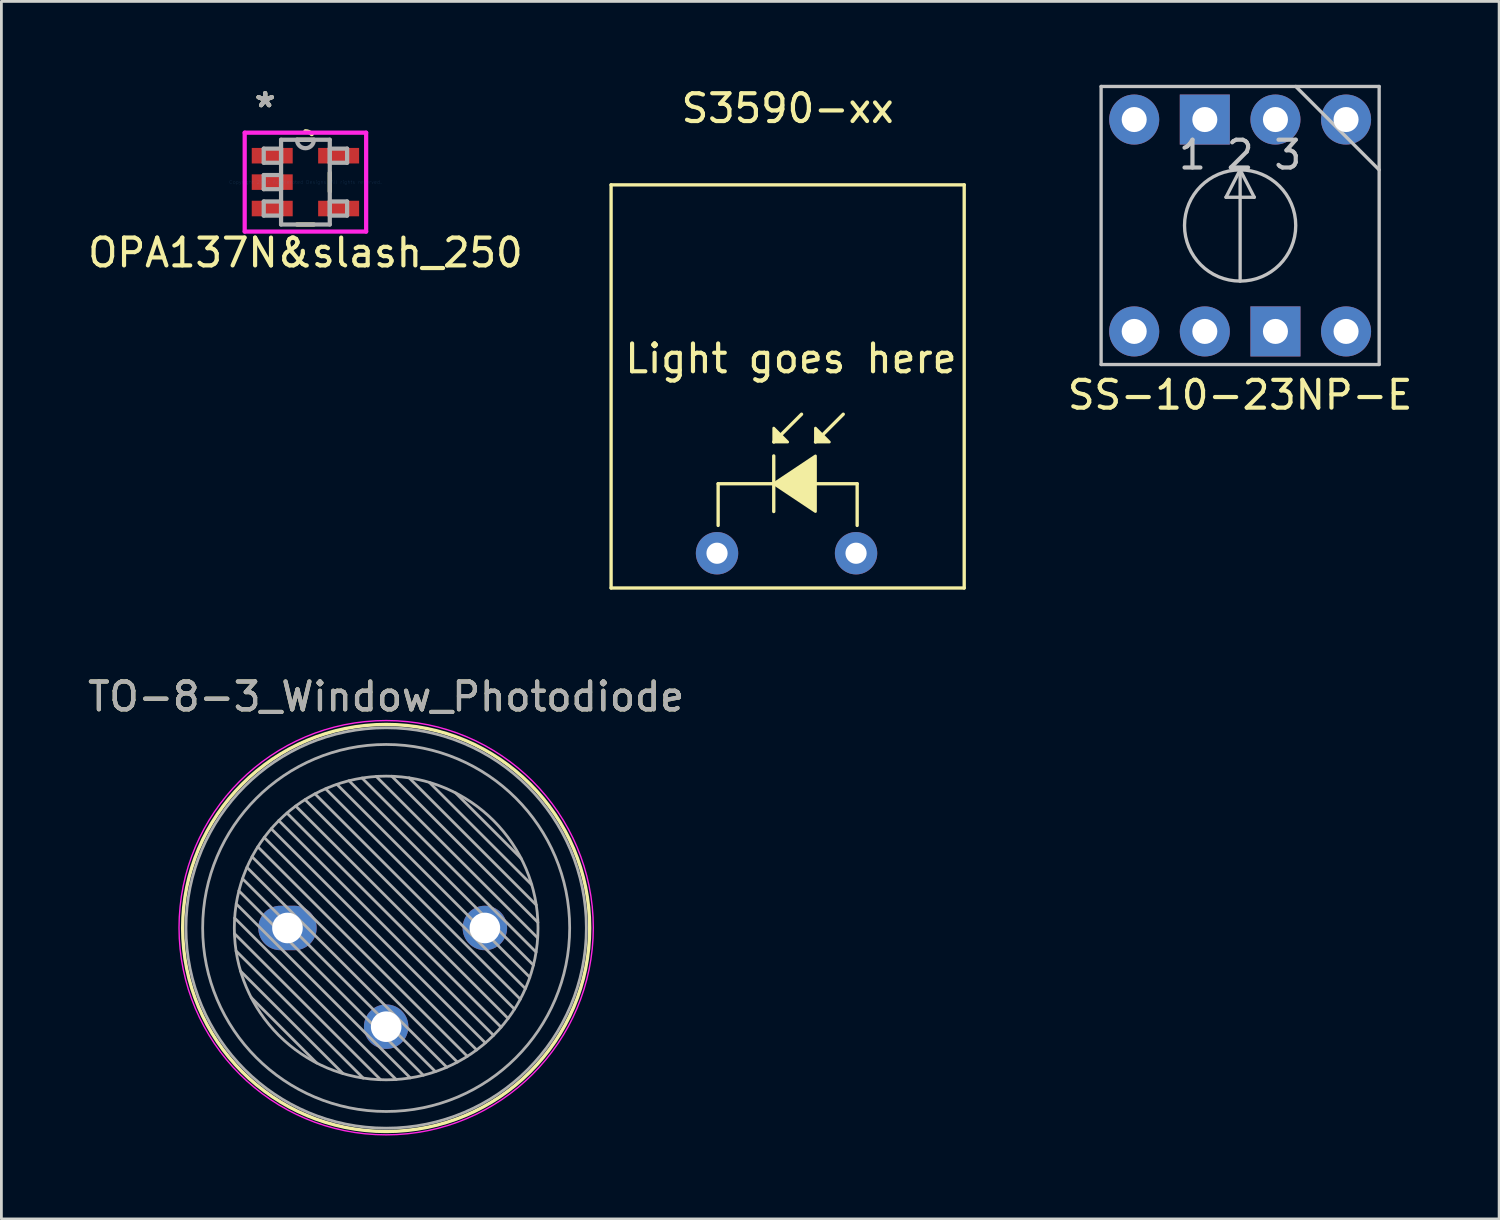
<source format=kicad_pcb>
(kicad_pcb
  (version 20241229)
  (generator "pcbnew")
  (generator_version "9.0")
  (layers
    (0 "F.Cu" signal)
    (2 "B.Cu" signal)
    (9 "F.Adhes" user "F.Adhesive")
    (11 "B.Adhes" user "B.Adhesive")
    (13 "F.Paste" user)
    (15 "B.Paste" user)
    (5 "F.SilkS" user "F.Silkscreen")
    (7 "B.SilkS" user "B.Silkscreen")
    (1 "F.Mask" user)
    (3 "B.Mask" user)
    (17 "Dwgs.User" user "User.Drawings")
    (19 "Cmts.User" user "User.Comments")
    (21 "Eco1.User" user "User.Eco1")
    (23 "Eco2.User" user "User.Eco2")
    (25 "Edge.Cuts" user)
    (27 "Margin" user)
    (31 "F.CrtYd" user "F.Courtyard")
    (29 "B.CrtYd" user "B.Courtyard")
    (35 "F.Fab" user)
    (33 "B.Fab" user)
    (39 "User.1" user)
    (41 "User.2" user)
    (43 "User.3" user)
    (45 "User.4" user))
  (footprint "SS-10-23NP-E"
    (layer "F.Cu")
    (at 41.553 5.06)
    (property "Reference" "SS-10-23NP-E" (at 0 6.096 180) (layer "F.SilkS") (effects (font (size 1 1) (thickness 0.15))))
    (attr through_hole)
    (fp_line (start -5 -5) (end 5 -5) (stroke (width 0.12) (type solid)) (layer "Dwgs.User"))
    (fp_line (start -5 5) (end -5 -5) (stroke (width 0.12) (type solid)) (layer "Dwgs.User"))
    (fp_line (start -5 5) (end 5 5) (stroke (width 0.12) (type solid)) (layer "Dwgs.User"))
    (fp_line (start -0.508 -1.016) (end 0.508 -1.016) (stroke (width 0.12) (type solid)) (layer "Dwgs.User"))
    (fp_line (start 0 -2) (end -0.508 -1.016) (stroke (width 0.12) (type solid)) (layer "Dwgs.User"))
    (fp_line (start 0 2) (end 0 -2) (stroke (width 0.12) (type solid)) (layer "Dwgs.User"))
    (fp_line (start 0.508 -1.016) (end 0 -2) (stroke (width 0.12) (type solid)) (layer "Dwgs.User"))
    (fp_line (start 5 -2) (end 2 -5) (stroke (width 0.12) (type solid)) (layer "Dwgs.User"))
    (fp_line (start 5 5) (end 5 -5) (stroke (width 0.12) (type solid)) (layer "Dwgs.User"))
    (fp_circle (center 0 0) (end -2 0) (stroke (width 0.12) (type solid)) (fill no) (layer "Dwgs.User"))
    (fp_text user "1 2 3" (at 0 -2.54 180) (layer "Dwgs.User") (effects (font (size 1 1) (thickness 0.15))))
    (pad "1" thru_hole trapezoid (at -1.27 -3.81 180) (size 1.8 1.8) (drill 0.9) (layers "*.Cu" "*.Mask"))
    (pad "2" thru_hole circle (at -3.81 -3.81 180) (size 1.8 1.8) (drill 0.9) (layers "*.Cu" "*.Mask"))
    (pad "3" thru_hole circle (at 1.27 -3.81 180) (size 1.8 1.8) (drill 0.9) (layers "*.Cu" "*.Mask"))
    (pad "4" thru_hole circle (at 3.81 -3.81 180) (size 1.8 1.8) (drill 0.9) (layers "*.Cu" "*.Mask"))
    (pad "5" thru_hole trapezoid (at 1.27 3.81 180) (size 1.8 1.8) (drill 0.9) (layers "*.Cu" "*.Mask"))
    (pad "6" thru_hole circle (at 3.81 3.81 180) (size 1.8 1.8) (drill 0.9) (layers "*.Cu" "*.Mask"))
    (pad "7" thru_hole circle (at -1.27 3.81 180) (size 1.8 1.8) (drill 0.9) (layers "*.Cu" "*.Mask"))
    (pad "8" thru_hole circle (at -3.81 3.81 180) (size 1.8 1.8) (drill 0.9) (layers "*.Cu" "*.Mask")))
  (footprint "S3590-xx"
    (layer "F.Cu")
    (at 25.279 16.848)
    (property "Reference" "S3590-xx" (at 0 -16 0) (layer "F.SilkS") (effects (font (size 1 1) (thickness 0.15))))
    (attr through_hole)
    (fp_line (start -6.35 -13.25) (end -6.35 1.25) (stroke (width 0.12) (type solid)) (layer "F.SilkS"))
    (fp_line (start -6.35 -13.25) (end 6.35 -13.25) (stroke (width 0.12) (type solid)) (layer "F.SilkS"))
    (fp_line (start -6.35 1.25) (end 6.35 1.25) (stroke (width 0.12) (type solid)) (layer "F.SilkS"))
    (fp_line (start -2.5 -2.5) (end -2.5 -1) (stroke (width 0.12) (type solid)) (layer "F.SilkS"))
    (fp_line (start -0.5 -4) (end 0.5 -5) (stroke (width 0.12) (type solid)) (layer "F.SilkS"))
    (fp_line (start -0.5 -1.5) (end -0.5 -3.5) (stroke (width 0.12) (type solid)) (layer "F.SilkS"))
    (fp_line (start 1 -4) (end 2 -5) (stroke (width 0.12) (type solid)) (layer "F.SilkS"))
    (fp_line (start 2.5 -2.5) (end -2.5 -2.5) (stroke (width 0.12) (type solid)) (layer "F.SilkS"))
    (fp_line (start 2.5 -2.5) (end 2.5 -1) (stroke (width 0.12) (type solid)) (layer "F.SilkS"))
    (fp_line (start 6.35 -13.25) (end 6.35 1.25) (stroke (width 0.12) (type solid)) (layer "F.SilkS"))
    (fp_poly (pts (xy -0.5 -2.5) (xy 1 -1.5) (xy 1 -3.5)) (stroke (width 0.1) (type solid)) (fill yes) (layer "F.SilkS"))
    (fp_poly (pts (xy 0 -4) (xy -0.5 -4) (xy -0.5 -4.5)) (stroke (width 0.1) (type solid)) (fill yes) (layer "F.SilkS"))
    (fp_poly (pts (xy 1.5 -4) (xy 1 -4) (xy 1 -4.5)) (stroke (width 0.1) (type solid)) (fill yes) (layer "F.SilkS"))
    (fp_text user "Light goes here " (at 0.5 -7 0) (layer "F.SilkS") (effects (font (size 1 1) (thickness 0.15))))
    (pad "1" thru_hole circle (at -2.54 0) (size 1.524 1.524) (drill 0.762) (layers "*.Cu" "*.Mask"))
    (pad "2" thru_hole circle (at 2.46 0) (size 1.524 1.524) (drill 0.762) (layers "*.Cu" "*.Mask")))
  (footprint "OPA137N&slash_250"
    (layer "F.Cu")
    (at 7.935 3.5)
    (property "Reference" "OPA137N&slash_250" (at 0 2.54 0) (layer "F.SilkS") (effects (font (size 1 1) (thickness 0.15))))
    (attr through_hole)
    (fp_line (start -0.303 1.524) (end 0.303 1.524) (stroke (width 0.152) (type solid)) (layer "F.SilkS"))
    (fp_line (start 0.303 -1.524) (end -0.303 -1.524) (stroke (width 0.152) (type solid)) (layer "F.SilkS"))
    (fp_line (start 0.876 0.338) (end 0.876 -0.338) (stroke (width 0.152) (type solid)) (layer "F.SilkS"))
    (fp_arc (start 0 -1.8288) (mid 0.124872 -1.802047) (end 0.227823 -1.726484) (stroke (width 0.1524) (type solid)) (layer "F.SilkS"))
    (fp_line (start -2.184 -1.778) (end 2.184 -1.778) (stroke (width 0.152) (type solid)) (layer "F.CrtYd"))
    (fp_line (start -2.184 1.778) (end -2.184 -1.778) (stroke (width 0.152) (type solid)) (layer "F.CrtYd"))
    (fp_line (start 2.184 -1.778) (end 2.184 1.778) (stroke (width 0.152) (type solid)) (layer "F.CrtYd"))
    (fp_line (start 2.184 1.778) (end -2.184 1.778) (stroke (width 0.152) (type solid)) (layer "F.CrtYd"))
    (fp_line (start -1.499 -1.204) (end -1.499 -0.696) (stroke (width 0.152) (type solid)) (layer "F.Fab"))
    (fp_line (start -1.499 -0.696) (end -0.876 -0.696) (stroke (width 0.152) (type solid)) (layer "F.Fab"))
    (fp_line (start -1.499 -0.254) (end -1.499 0.254) (stroke (width 0.152) (type solid)) (layer "F.Fab"))
    (fp_line (start -1.499 0.254) (end -0.876 0.254) (stroke (width 0.152) (type solid)) (layer "F.Fab"))
    (fp_line (start -1.499 0.696) (end -1.499 1.204) (stroke (width 0.152) (type solid)) (layer "F.Fab"))
    (fp_line (start -1.499 1.204) (end -0.876 1.204) (stroke (width 0.152) (type solid)) (layer "F.Fab"))
    (fp_line (start -0.876 -1.524) (end -0.876 1.524) (stroke (width 0.152) (type solid)) (layer "F.Fab"))
    (fp_line (start -0.876 -1.204) (end -1.499 -1.204) (stroke (width 0.152) (type solid)) (layer "F.Fab"))
    (fp_line (start -0.876 -0.696) (end -0.876 -1.204) (stroke (width 0.152) (type solid)) (layer "F.Fab"))
    (fp_line (start -0.876 -0.254) (end -1.499 -0.254) (stroke (width 0.152) (type solid)) (layer "F.Fab"))
    (fp_line (start -0.876 0.254) (end -0.876 -0.254) (stroke (width 0.152) (type solid)) (layer "F.Fab"))
    (fp_line (start -0.876 0.696) (end -1.499 0.696) (stroke (width 0.152) (type solid)) (layer "F.Fab"))
    (fp_line (start -0.876 1.204) (end -0.876 0.696) (stroke (width 0.152) (type solid)) (layer "F.Fab"))
    (fp_line (start -0.876 1.524) (end 0.876 1.524) (stroke (width 0.152) (type solid)) (layer "F.Fab"))
    (fp_line (start 0.876 -1.524) (end -0.876 -1.524) (stroke (width 0.152) (type solid)) (layer "F.Fab"))
    (fp_line (start 0.876 -1.204) (end 0.876 -0.696) (stroke (width 0.152) (type solid)) (layer "F.Fab"))
    (fp_line (start 0.876 -0.696) (end 1.499 -0.696) (stroke (width 0.152) (type solid)) (layer "F.Fab"))
    (fp_line (start 0.876 0.696) (end 0.876 1.204) (stroke (width 0.152) (type solid)) (layer "F.Fab"))
    (fp_line (start 0.876 1.204) (end 1.499 1.204) (stroke (width 0.152) (type solid)) (layer "F.Fab"))
    (fp_line (start 0.876 1.524) (end 0.876 -1.524) (stroke (width 0.152) (type solid)) (layer "F.Fab"))
    (fp_line (start 1.499 -1.204) (end 0.876 -1.204) (stroke (width 0.152) (type solid)) (layer "F.Fab"))
    (fp_line (start 1.499 -0.696) (end 1.499 -1.204) (stroke (width 0.152) (type solid)) (layer "F.Fab"))
    (fp_line (start 1.499 0.696) (end 0.876 0.696) (stroke (width 0.152) (type solid)) (layer "F.Fab"))
    (fp_line (start 1.499 1.204) (end 1.499 0.696) (stroke (width 0.152) (type solid)) (layer "F.Fab"))
    (fp_arc (start 0.3048 -1.524) (mid 0 -1.2192) (end -0.3048 -1.524) (stroke (width 0.1524) (type solid)) (layer "F.Fab"))
    (fp_text user "*" (at -1.448 -2.652 0) (layer "F.SilkS") (effects (font (size 1 1) (thickness 0.15))))
    (fp_text user "*" (at -1.448 -2.652 0) (layer "F.SilkS") (effects (font (size 1 1) (thickness 0.15))))
    (fp_text user "Copyright 2016 Accelerated Designs. All rights reserved." (at 0 0 0) (layer "Cmts.User") (effects (font (size 0.127 0.127) (thickness 0.002))))
    (fp_text user "*" (at -1.448 -2.652 0) (layer "F.Fab") (effects (font (size 1 1) (thickness 0.15))))
    (fp_text user "*" (at -1.448 -2.652 0) (layer "F.Fab") (effects (font (size 1 1) (thickness 0.15))))
    (pad "1" smd rect (at -1.194 -0.95) (size 1.473 0.559) (layers "F.Cu" "F.Mask" "F.Paste"))
    (pad "2" smd rect (at -1.194 0) (size 1.473 0.559) (layers "F.Cu" "F.Mask" "F.Paste"))
    (pad "3" smd rect (at -1.194 0.95) (size 1.473 0.559) (layers "F.Cu" "F.Mask" "F.Paste"))
    (pad "4" smd rect (at 1.194 0.95) (size 1.473 0.559) (layers "F.Cu" "F.Mask" "F.Paste"))
    (pad "5" smd rect (at 1.194 -0.95) (size 1.473 0.559) (layers "F.Cu" "F.Mask" "F.Paste")))
  (footprint "TO-8-3_Window_Photodiode"
    (layer "F.Cu")
    (at 7.289 30.326)
    (property "Reference" "TO-8-3_Window_Photodiode" (at 3.55 -8.32 180) (layer "F.SilkS") (effects (font (size 1 1) (thickness 0.15))))
    (attr through_hole)
    (fp_circle (center 3.55 0) (end 10.87 0) (stroke (width 0.12) (type solid)) (fill no) (layer "F.SilkS"))
    (fp_circle (center 3.55 -0.01) (end 11 -0.01) (stroke (width 0.05) (type solid)) (fill no) (layer "F.CrtYd"))
    (fp_line (start -1.908 0.2) (end 3.35 5.458) (stroke (width 0.1) (type solid)) (layer "F.Fab"))
    (fp_line (start -1.9 -0.359) (end 3.909 5.45) (stroke (width 0.1) (type solid)) (layer "F.Fab"))
    (fp_line (start -1.849 0.825) (end 2.725 5.399) (stroke (width 0.1) (type solid)) (layer "F.Fab"))
    (fp_line (start -1.842 -0.867) (end 4.417 5.392) (stroke (width 0.1) (type solid)) (layer "F.Fab"))
    (fp_line (start -1.746 -1.336) (end 4.886 5.296) (stroke (width 0.1) (type solid)) (layer "F.Fab"))
    (fp_line (start -1.686 1.553) (end 1.997 5.236) (stroke (width 0.1) (type solid)) (layer "F.Fab"))
    (fp_line (start -1.616 -1.772) (end 5.322 5.166) (stroke (width 0.1) (type solid)) (layer "F.Fab"))
    (fp_line (start -1.458 -2.18) (end 5.73 5.008) (stroke (width 0.1) (type solid)) (layer "F.Fab"))
    (fp_line (start -1.307 2.498) (end 1.052 4.857) (stroke (width 0.1) (type solid)) (layer "F.Fab"))
    (fp_line (start -1.274 -2.561) (end 6.111 4.824) (stroke (width 0.1) (type solid)) (layer "F.Fab"))
    (fp_line (start -1.066 -2.919) (end 6.469 4.616) (stroke (width 0.1) (type solid)) (layer "F.Fab"))
    (fp_line (start -0.836 -3.255) (end 6.805 4.386) (stroke (width 0.1) (type solid)) (layer "F.Fab"))
    (fp_line (start -0.584 -3.569) (end 7.119 4.134) (stroke (width 0.1) (type solid)) (layer "F.Fab"))
    (fp_line (start -0.312 -3.862) (end 7.412 3.862) (stroke (width 0.1) (type solid)) (layer "F.Fab"))
    (fp_line (start -0.019 -4.134) (end 7.684 3.569) (stroke (width 0.1) (type solid)) (layer "F.Fab"))
    (fp_line (start 0.295 -4.386) (end 7.936 3.255) (stroke (width 0.1) (type solid)) (layer "F.Fab"))
    (fp_line (start 0.631 -4.616) (end 8.166 2.919) (stroke (width 0.1) (type solid)) (layer "F.Fab"))
    (fp_line (start 0.989 -4.824) (end 8.374 2.561) (stroke (width 0.1) (type solid)) (layer "F.Fab"))
    (fp_line (start 1.37 -5.008) (end 8.558 2.18) (stroke (width 0.1) (type solid)) (layer "F.Fab"))
    (fp_line (start 1.778 -5.166) (end 8.716 1.772) (stroke (width 0.1) (type solid)) (layer "F.Fab"))
    (fp_line (start 2.214 -5.296) (end 8.846 1.336) (stroke (width 0.1) (type solid)) (layer "F.Fab"))
    (fp_line (start 2.683 -5.392) (end 8.942 0.867) (stroke (width 0.1) (type solid)) (layer "F.Fab"))
    (fp_line (start 3.191 -5.45) (end 9 0.359) (stroke (width 0.1) (type solid)) (layer "F.Fab"))
    (fp_line (start 3.75 -5.458) (end 9.008 -0.2) (stroke (width 0.1) (type solid)) (layer "F.Fab"))
    (fp_line (start 4.375 -5.399) (end 8.949 -0.825) (stroke (width 0.1) (type solid)) (layer "F.Fab"))
    (fp_line (start 5.103 -5.236) (end 8.786 -1.553) (stroke (width 0.1) (type solid)) (layer "F.Fab"))
    (fp_line (start 6.048 -4.857) (end 8.407 -2.498) (stroke (width 0.1) (type solid)) (layer "F.Fab"))
    (fp_circle (center 3.55 0) (end 9.011 0) (stroke (width 0.1) (type solid)) (fill no) (layer "F.Fab"))
    (fp_circle (center 3.55 0) (end 10.15 0) (stroke (width 0.1) (type solid)) (fill no) (layer "F.Fab"))
    (fp_circle (center 3.55 0) (end 10.75 0) (stroke (width 0.1) (type solid)) (fill no) (layer "F.Fab"))
    (fp_text user "${REFERENCE}" (at 3.55 -8.32 180) (layer "F.Fab") (effects (font (size 1 1) (thickness 0.15))))
    (pad "1" thru_hole oval (at 7.1 0) (size 1.6 1.6) (drill 1.1) (layers "*.Cu" "*.Mask"))
    (pad "2" thru_hole oval (at 0 0) (size 2.1 1.6) (drill 1.1) (layers "*.Cu" "*.Mask"))
    (pad "3" thru_hole oval (at 3.55 3.55) (size 1.6 1.6) (drill 1.1) (layers "*.Cu" "*.Mask")))
  (gr_rect
    (start -3 -3)
    (end 50.868 40.791)
    (stroke (width 0.1) (type default))
    (fill no)
    (layer "Edge.Cuts")))
</source>
